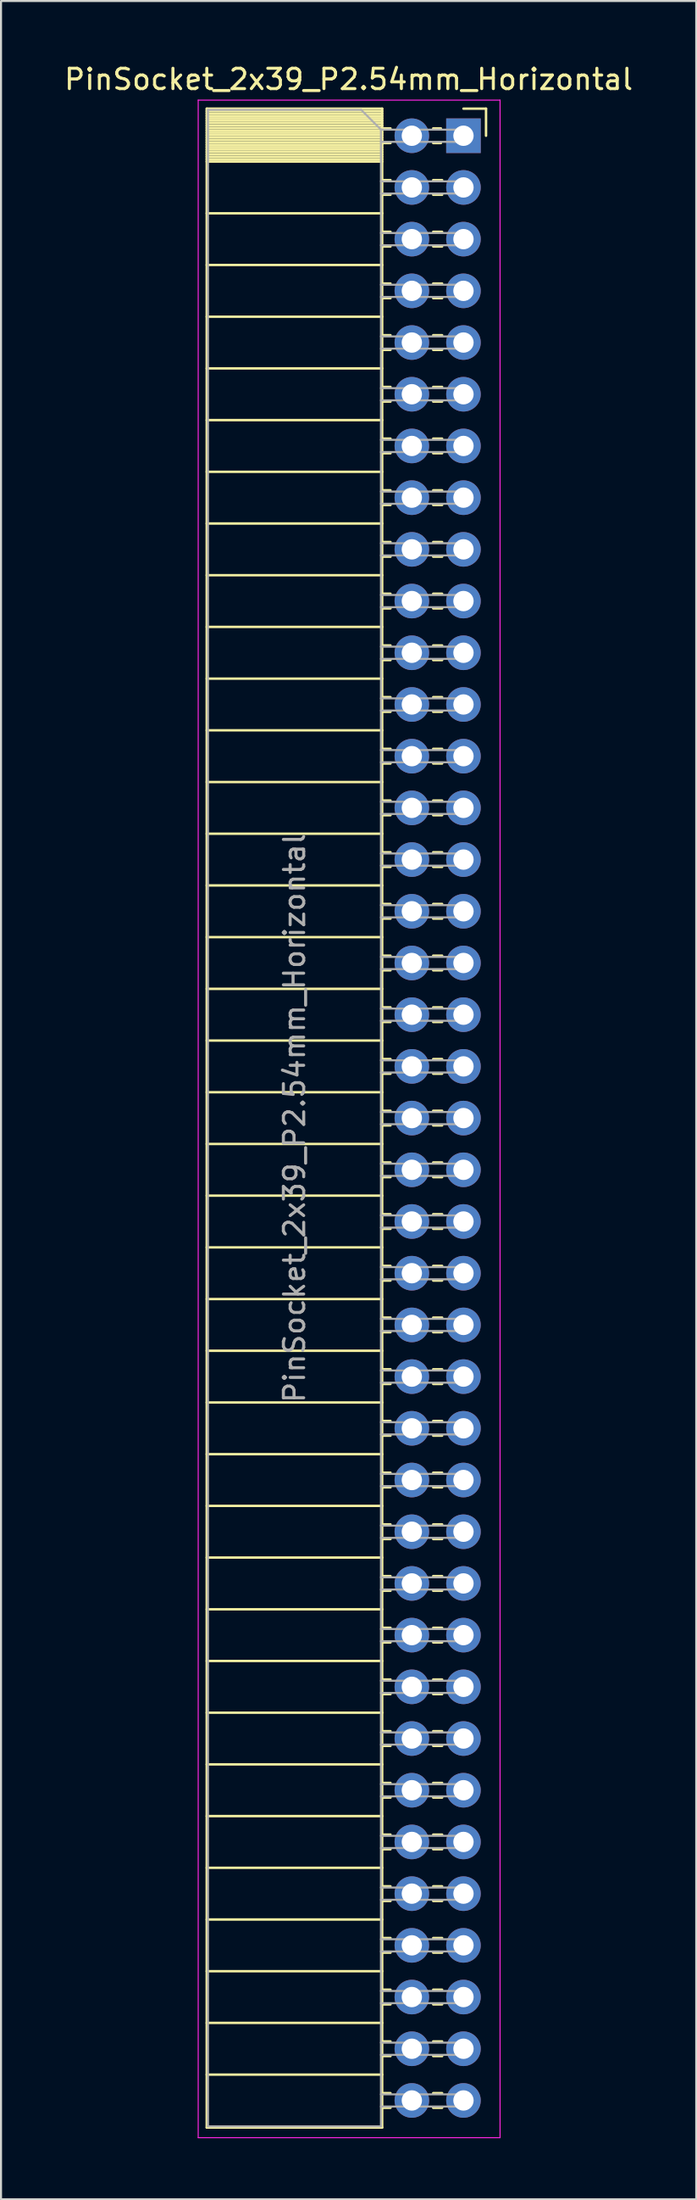
<source format=kicad_pcb>
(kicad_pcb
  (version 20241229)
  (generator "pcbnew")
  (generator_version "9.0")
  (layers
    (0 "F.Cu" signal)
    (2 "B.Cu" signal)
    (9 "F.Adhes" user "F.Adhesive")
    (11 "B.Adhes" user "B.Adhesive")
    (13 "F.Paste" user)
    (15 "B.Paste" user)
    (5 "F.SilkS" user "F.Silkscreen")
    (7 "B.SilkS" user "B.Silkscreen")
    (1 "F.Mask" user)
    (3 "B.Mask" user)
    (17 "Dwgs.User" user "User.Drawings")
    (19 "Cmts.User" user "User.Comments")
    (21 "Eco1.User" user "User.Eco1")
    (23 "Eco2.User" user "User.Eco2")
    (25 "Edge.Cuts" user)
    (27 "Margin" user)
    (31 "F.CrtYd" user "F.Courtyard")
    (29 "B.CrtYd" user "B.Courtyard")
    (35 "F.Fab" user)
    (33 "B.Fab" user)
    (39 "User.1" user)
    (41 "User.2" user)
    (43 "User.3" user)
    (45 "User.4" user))
  (footprint "PinSocket_2x39_P2.54mm_Horizontal"
    (layer "F.Cu")
    (at 19.751 3.618)
    (property "Reference" "PinSocket_2x39_P2.54mm_Horizontal" (at -5.65 -2.77 0) (layer "F.SilkS") (effects (font (size 1 1) (thickness 0.15))))
    (attr through_hole)
    (fp_line (start -12.63 -1.33) (end -12.63 97.85) (stroke (width 0.12) (type solid)) (layer "F.SilkS"))
    (fp_line (start -12.63 -1.33) (end -4 -1.33) (stroke (width 0.12) (type solid)) (layer "F.SilkS"))
    (fp_line (start -12.63 -1.21) (end -4 -1.21) (stroke (width 0.12) (type solid)) (layer "F.SilkS"))
    (fp_line (start -12.63 -1.092) (end -4 -1.092) (stroke (width 0.12) (type solid)) (layer "F.SilkS"))
    (fp_line (start -12.63 -0.974) (end -4 -0.974) (stroke (width 0.12) (type solid)) (layer "F.SilkS"))
    (fp_line (start -12.63 -0.856) (end -4 -0.856) (stroke (width 0.12) (type solid)) (layer "F.SilkS"))
    (fp_line (start -12.63 -0.738) (end -4 -0.738) (stroke (width 0.12) (type solid)) (layer "F.SilkS"))
    (fp_line (start -12.63 -0.62) (end -4 -0.62) (stroke (width 0.12) (type solid)) (layer "F.SilkS"))
    (fp_line (start -12.63 -0.501) (end -4 -0.501) (stroke (width 0.12) (type solid)) (layer "F.SilkS"))
    (fp_line (start -12.63 -0.383) (end -4 -0.383) (stroke (width 0.12) (type solid)) (layer "F.SilkS"))
    (fp_line (start -12.63 -0.265) (end -4 -0.265) (stroke (width 0.12) (type solid)) (layer "F.SilkS"))
    (fp_line (start -12.63 -0.147) (end -4 -0.147) (stroke (width 0.12) (type solid)) (layer "F.SilkS"))
    (fp_line (start -12.63 -0.029) (end -4 -0.029) (stroke (width 0.12) (type solid)) (layer "F.SilkS"))
    (fp_line (start -12.63 0.089) (end -4 0.089) (stroke (width 0.12) (type solid)) (layer "F.SilkS"))
    (fp_line (start -12.63 0.207) (end -4 0.207) (stroke (width 0.12) (type solid)) (layer "F.SilkS"))
    (fp_line (start -12.63 0.325) (end -4 0.325) (stroke (width 0.12) (type solid)) (layer "F.SilkS"))
    (fp_line (start -12.63 0.443) (end -4 0.443) (stroke (width 0.12) (type solid)) (layer "F.SilkS"))
    (fp_line (start -12.63 0.561) (end -4 0.561) (stroke (width 0.12) (type solid)) (layer "F.SilkS"))
    (fp_line (start -12.63 0.68) (end -4 0.68) (stroke (width 0.12) (type solid)) (layer "F.SilkS"))
    (fp_line (start -12.63 0.798) (end -4 0.798) (stroke (width 0.12) (type solid)) (layer "F.SilkS"))
    (fp_line (start -12.63 0.916) (end -4 0.916) (stroke (width 0.12) (type solid)) (layer "F.SilkS"))
    (fp_line (start -12.63 1.034) (end -4 1.034) (stroke (width 0.12) (type solid)) (layer "F.SilkS"))
    (fp_line (start -12.63 1.152) (end -4 1.152) (stroke (width 0.12) (type solid)) (layer "F.SilkS"))
    (fp_line (start -12.63 1.27) (end -4 1.27) (stroke (width 0.12) (type solid)) (layer "F.SilkS"))
    (fp_line (start -12.63 3.81) (end -4 3.81) (stroke (width 0.12) (type solid)) (layer "F.SilkS"))
    (fp_line (start -12.63 6.35) (end -4 6.35) (stroke (width 0.12) (type solid)) (layer "F.SilkS"))
    (fp_line (start -12.63 8.89) (end -4 8.89) (stroke (width 0.12) (type solid)) (layer "F.SilkS"))
    (fp_line (start -12.63 11.43) (end -4 11.43) (stroke (width 0.12) (type solid)) (layer "F.SilkS"))
    (fp_line (start -12.63 13.97) (end -4 13.97) (stroke (width 0.12) (type solid)) (layer "F.SilkS"))
    (fp_line (start -12.63 16.51) (end -4 16.51) (stroke (width 0.12) (type solid)) (layer "F.SilkS"))
    (fp_line (start -12.63 19.05) (end -4 19.05) (stroke (width 0.12) (type solid)) (layer "F.SilkS"))
    (fp_line (start -12.63 21.59) (end -4 21.59) (stroke (width 0.12) (type solid)) (layer "F.SilkS"))
    (fp_line (start -12.63 24.13) (end -4 24.13) (stroke (width 0.12) (type solid)) (layer "F.SilkS"))
    (fp_line (start -12.63 26.67) (end -4 26.67) (stroke (width 0.12) (type solid)) (layer "F.SilkS"))
    (fp_line (start -12.63 29.21) (end -4 29.21) (stroke (width 0.12) (type solid)) (layer "F.SilkS"))
    (fp_line (start -12.63 31.75) (end -4 31.75) (stroke (width 0.12) (type solid)) (layer "F.SilkS"))
    (fp_line (start -12.63 34.29) (end -4 34.29) (stroke (width 0.12) (type solid)) (layer "F.SilkS"))
    (fp_line (start -12.63 36.83) (end -4 36.83) (stroke (width 0.12) (type solid)) (layer "F.SilkS"))
    (fp_line (start -12.63 39.37) (end -4 39.37) (stroke (width 0.12) (type solid)) (layer "F.SilkS"))
    (fp_line (start -12.63 41.91) (end -4 41.91) (stroke (width 0.12) (type solid)) (layer "F.SilkS"))
    (fp_line (start -12.63 44.45) (end -4 44.45) (stroke (width 0.12) (type solid)) (layer "F.SilkS"))
    (fp_line (start -12.63 46.99) (end -4 46.99) (stroke (width 0.12) (type solid)) (layer "F.SilkS"))
    (fp_line (start -12.63 49.53) (end -4 49.53) (stroke (width 0.12) (type solid)) (layer "F.SilkS"))
    (fp_line (start -12.63 52.07) (end -4 52.07) (stroke (width 0.12) (type solid)) (layer "F.SilkS"))
    (fp_line (start -12.63 54.61) (end -4 54.61) (stroke (width 0.12) (type solid)) (layer "F.SilkS"))
    (fp_line (start -12.63 57.15) (end -4 57.15) (stroke (width 0.12) (type solid)) (layer "F.SilkS"))
    (fp_line (start -12.63 59.69) (end -4 59.69) (stroke (width 0.12) (type solid)) (layer "F.SilkS"))
    (fp_line (start -12.63 62.23) (end -4 62.23) (stroke (width 0.12) (type solid)) (layer "F.SilkS"))
    (fp_line (start -12.63 64.77) (end -4 64.77) (stroke (width 0.12) (type solid)) (layer "F.SilkS"))
    (fp_line (start -12.63 67.31) (end -4 67.31) (stroke (width 0.12) (type solid)) (layer "F.SilkS"))
    (fp_line (start -12.63 69.85) (end -4 69.85) (stroke (width 0.12) (type solid)) (layer "F.SilkS"))
    (fp_line (start -12.63 72.39) (end -4 72.39) (stroke (width 0.12) (type solid)) (layer "F.SilkS"))
    (fp_line (start -12.63 74.93) (end -4 74.93) (stroke (width 0.12) (type solid)) (layer "F.SilkS"))
    (fp_line (start -12.63 77.47) (end -4 77.47) (stroke (width 0.12) (type solid)) (layer "F.SilkS"))
    (fp_line (start -12.63 80.01) (end -4 80.01) (stroke (width 0.12) (type solid)) (layer "F.SilkS"))
    (fp_line (start -12.63 82.55) (end -4 82.55) (stroke (width 0.12) (type solid)) (layer "F.SilkS"))
    (fp_line (start -12.63 85.09) (end -4 85.09) (stroke (width 0.12) (type solid)) (layer "F.SilkS"))
    (fp_line (start -12.63 87.63) (end -4 87.63) (stroke (width 0.12) (type solid)) (layer "F.SilkS"))
    (fp_line (start -12.63 90.17) (end -4 90.17) (stroke (width 0.12) (type solid)) (layer "F.SilkS"))
    (fp_line (start -12.63 92.71) (end -4 92.71) (stroke (width 0.12) (type solid)) (layer "F.SilkS"))
    (fp_line (start -12.63 95.25) (end -4 95.25) (stroke (width 0.12) (type solid)) (layer "F.SilkS"))
    (fp_line (start -12.63 97.85) (end -4 97.85) (stroke (width 0.12) (type solid)) (layer "F.SilkS"))
    (fp_line (start -4 -1.33) (end -4 97.85) (stroke (width 0.12) (type solid)) (layer "F.SilkS"))
    (fp_line (start -4 -0.36) (end -3.59 -0.36) (stroke (width 0.12) (type solid)) (layer "F.SilkS"))
    (fp_line (start -4 0.36) (end -3.59 0.36) (stroke (width 0.12) (type solid)) (layer "F.SilkS"))
    (fp_line (start -4 2.18) (end -3.59 2.18) (stroke (width 0.12) (type solid)) (layer "F.SilkS"))
    (fp_line (start -4 2.9) (end -3.59 2.9) (stroke (width 0.12) (type solid)) (layer "F.SilkS"))
    (fp_line (start -4 4.72) (end -3.59 4.72) (stroke (width 0.12) (type solid)) (layer "F.SilkS"))
    (fp_line (start -4 5.44) (end -3.59 5.44) (stroke (width 0.12) (type solid)) (layer "F.SilkS"))
    (fp_line (start -4 7.26) (end -3.59 7.26) (stroke (width 0.12) (type solid)) (layer "F.SilkS"))
    (fp_line (start -4 7.98) (end -3.59 7.98) (stroke (width 0.12) (type solid)) (layer "F.SilkS"))
    (fp_line (start -4 9.8) (end -3.59 9.8) (stroke (width 0.12) (type solid)) (layer "F.SilkS"))
    (fp_line (start -4 10.52) (end -3.59 10.52) (stroke (width 0.12) (type solid)) (layer "F.SilkS"))
    (fp_line (start -4 12.34) (end -3.59 12.34) (stroke (width 0.12) (type solid)) (layer "F.SilkS"))
    (fp_line (start -4 13.06) (end -3.59 13.06) (stroke (width 0.12) (type solid)) (layer "F.SilkS"))
    (fp_line (start -4 14.88) (end -3.59 14.88) (stroke (width 0.12) (type solid)) (layer "F.SilkS"))
    (fp_line (start -4 15.6) (end -3.59 15.6) (stroke (width 0.12) (type solid)) (layer "F.SilkS"))
    (fp_line (start -4 17.42) (end -3.59 17.42) (stroke (width 0.12) (type solid)) (layer "F.SilkS"))
    (fp_line (start -4 18.14) (end -3.59 18.14) (stroke (width 0.12) (type solid)) (layer "F.SilkS"))
    (fp_line (start -4 19.96) (end -3.59 19.96) (stroke (width 0.12) (type solid)) (layer "F.SilkS"))
    (fp_line (start -4 20.68) (end -3.59 20.68) (stroke (width 0.12) (type solid)) (layer "F.SilkS"))
    (fp_line (start -4 22.5) (end -3.59 22.5) (stroke (width 0.12) (type solid)) (layer "F.SilkS"))
    (fp_line (start -4 23.22) (end -3.59 23.22) (stroke (width 0.12) (type solid)) (layer "F.SilkS"))
    (fp_line (start -4 25.04) (end -3.59 25.04) (stroke (width 0.12) (type solid)) (layer "F.SilkS"))
    (fp_line (start -4 25.76) (end -3.59 25.76) (stroke (width 0.12) (type solid)) (layer "F.SilkS"))
    (fp_line (start -4 27.58) (end -3.59 27.58) (stroke (width 0.12) (type solid)) (layer "F.SilkS"))
    (fp_line (start -4 28.3) (end -3.59 28.3) (stroke (width 0.12) (type solid)) (layer "F.SilkS"))
    (fp_line (start -4 30.12) (end -3.59 30.12) (stroke (width 0.12) (type solid)) (layer "F.SilkS"))
    (fp_line (start -4 30.84) (end -3.59 30.84) (stroke (width 0.12) (type solid)) (layer "F.SilkS"))
    (fp_line (start -4 32.66) (end -3.59 32.66) (stroke (width 0.12) (type solid)) (layer "F.SilkS"))
    (fp_line (start -4 33.38) (end -3.59 33.38) (stroke (width 0.12) (type solid)) (layer "F.SilkS"))
    (fp_line (start -4 35.2) (end -3.59 35.2) (stroke (width 0.12) (type solid)) (layer "F.SilkS"))
    (fp_line (start -4 35.92) (end -3.59 35.92) (stroke (width 0.12) (type solid)) (layer "F.SilkS"))
    (fp_line (start -4 37.74) (end -3.59 37.74) (stroke (width 0.12) (type solid)) (layer "F.SilkS"))
    (fp_line (start -4 38.46) (end -3.59 38.46) (stroke (width 0.12) (type solid)) (layer "F.SilkS"))
    (fp_line (start -4 40.28) (end -3.59 40.28) (stroke (width 0.12) (type solid)) (layer "F.SilkS"))
    (fp_line (start -4 41) (end -3.59 41) (stroke (width 0.12) (type solid)) (layer "F.SilkS"))
    (fp_line (start -4 42.82) (end -3.59 42.82) (stroke (width 0.12) (type solid)) (layer "F.SilkS"))
    (fp_line (start -4 43.54) (end -3.59 43.54) (stroke (width 0.12) (type solid)) (layer "F.SilkS"))
    (fp_line (start -4 45.36) (end -3.59 45.36) (stroke (width 0.12) (type solid)) (layer "F.SilkS"))
    (fp_line (start -4 46.08) (end -3.59 46.08) (stroke (width 0.12) (type solid)) (layer "F.SilkS"))
    (fp_line (start -4 47.9) (end -3.59 47.9) (stroke (width 0.12) (type solid)) (layer "F.SilkS"))
    (fp_line (start -4 48.62) (end -3.59 48.62) (stroke (width 0.12) (type solid)) (layer "F.SilkS"))
    (fp_line (start -4 50.44) (end -3.59 50.44) (stroke (width 0.12) (type solid)) (layer "F.SilkS"))
    (fp_line (start -4 51.16) (end -3.59 51.16) (stroke (width 0.12) (type solid)) (layer "F.SilkS"))
    (fp_line (start -4 52.98) (end -3.59 52.98) (stroke (width 0.12) (type solid)) (layer "F.SilkS"))
    (fp_line (start -4 53.7) (end -3.59 53.7) (stroke (width 0.12) (type solid)) (layer "F.SilkS"))
    (fp_line (start -4 55.52) (end -3.59 55.52) (stroke (width 0.12) (type solid)) (layer "F.SilkS"))
    (fp_line (start -4 56.24) (end -3.59 56.24) (stroke (width 0.12) (type solid)) (layer "F.SilkS"))
    (fp_line (start -4 58.06) (end -3.59 58.06) (stroke (width 0.12) (type solid)) (layer "F.SilkS"))
    (fp_line (start -4 58.78) (end -3.59 58.78) (stroke (width 0.12) (type solid)) (layer "F.SilkS"))
    (fp_line (start -4 60.6) (end -3.59 60.6) (stroke (width 0.12) (type solid)) (layer "F.SilkS"))
    (fp_line (start -4 61.32) (end -3.59 61.32) (stroke (width 0.12) (type solid)) (layer "F.SilkS"))
    (fp_line (start -4 63.14) (end -3.59 63.14) (stroke (width 0.12) (type solid)) (layer "F.SilkS"))
    (fp_line (start -4 63.86) (end -3.59 63.86) (stroke (width 0.12) (type solid)) (layer "F.SilkS"))
    (fp_line (start -4 65.68) (end -3.59 65.68) (stroke (width 0.12) (type solid)) (layer "F.SilkS"))
    (fp_line (start -4 66.4) (end -3.59 66.4) (stroke (width 0.12) (type solid)) (layer "F.SilkS"))
    (fp_line (start -4 68.22) (end -3.59 68.22) (stroke (width 0.12) (type solid)) (layer "F.SilkS"))
    (fp_line (start -4 68.94) (end -3.59 68.94) (stroke (width 0.12) (type solid)) (layer "F.SilkS"))
    (fp_line (start -4 70.76) (end -3.59 70.76) (stroke (width 0.12) (type solid)) (layer "F.SilkS"))
    (fp_line (start -4 71.48) (end -3.59 71.48) (stroke (width 0.12) (type solid)) (layer "F.SilkS"))
    (fp_line (start -4 73.3) (end -3.59 73.3) (stroke (width 0.12) (type solid)) (layer "F.SilkS"))
    (fp_line (start -4 74.02) (end -3.59 74.02) (stroke (width 0.12) (type solid)) (layer "F.SilkS"))
    (fp_line (start -4 75.84) (end -3.59 75.84) (stroke (width 0.12) (type solid)) (layer "F.SilkS"))
    (fp_line (start -4 76.56) (end -3.59 76.56) (stroke (width 0.12) (type solid)) (layer "F.SilkS"))
    (fp_line (start -4 78.38) (end -3.59 78.38) (stroke (width 0.12) (type solid)) (layer "F.SilkS"))
    (fp_line (start -4 79.1) (end -3.59 79.1) (stroke (width 0.12) (type solid)) (layer "F.SilkS"))
    (fp_line (start -4 80.92) (end -3.59 80.92) (stroke (width 0.12) (type solid)) (layer "F.SilkS"))
    (fp_line (start -4 81.64) (end -3.59 81.64) (stroke (width 0.12) (type solid)) (layer "F.SilkS"))
    (fp_line (start -4 83.46) (end -3.59 83.46) (stroke (width 0.12) (type solid)) (layer "F.SilkS"))
    (fp_line (start -4 84.18) (end -3.59 84.18) (stroke (width 0.12) (type solid)) (layer "F.SilkS"))
    (fp_line (start -4 86) (end -3.59 86) (stroke (width 0.12) (type solid)) (layer "F.SilkS"))
    (fp_line (start -4 86.72) (end -3.59 86.72) (stroke (width 0.12) (type solid)) (layer "F.SilkS"))
    (fp_line (start -4 88.54) (end -3.59 88.54) (stroke (width 0.12) (type solid)) (layer "F.SilkS"))
    (fp_line (start -4 89.26) (end -3.59 89.26) (stroke (width 0.12) (type solid)) (layer "F.SilkS"))
    (fp_line (start -4 91.08) (end -3.59 91.08) (stroke (width 0.12) (type solid)) (layer "F.SilkS"))
    (fp_line (start -4 91.8) (end -3.59 91.8) (stroke (width 0.12) (type solid)) (layer "F.SilkS"))
    (fp_line (start -4 93.62) (end -3.59 93.62) (stroke (width 0.12) (type solid)) (layer "F.SilkS"))
    (fp_line (start -4 94.34) (end -3.59 94.34) (stroke (width 0.12) (type solid)) (layer "F.SilkS"))
    (fp_line (start -4 96.16) (end -3.59 96.16) (stroke (width 0.12) (type solid)) (layer "F.SilkS"))
    (fp_line (start -4 96.88) (end -3.59 96.88) (stroke (width 0.12) (type solid)) (layer "F.SilkS"))
    (fp_line (start -1.49 -0.36) (end -1.11 -0.36) (stroke (width 0.12) (type solid)) (layer "F.SilkS"))
    (fp_line (start -1.49 0.36) (end -1.11 0.36) (stroke (width 0.12) (type solid)) (layer "F.SilkS"))
    (fp_line (start -1.49 2.18) (end -1.05 2.18) (stroke (width 0.12) (type solid)) (layer "F.SilkS"))
    (fp_line (start -1.49 2.9) (end -1.05 2.9) (stroke (width 0.12) (type solid)) (layer "F.SilkS"))
    (fp_line (start -1.49 4.72) (end -1.05 4.72) (stroke (width 0.12) (type solid)) (layer "F.SilkS"))
    (fp_line (start -1.49 5.44) (end -1.05 5.44) (stroke (width 0.12) (type solid)) (layer "F.SilkS"))
    (fp_line (start -1.49 7.26) (end -1.05 7.26) (stroke (width 0.12) (type solid)) (layer "F.SilkS"))
    (fp_line (start -1.49 7.98) (end -1.05 7.98) (stroke (width 0.12) (type solid)) (layer "F.SilkS"))
    (fp_line (start -1.49 9.8) (end -1.05 9.8) (stroke (width 0.12) (type solid)) (layer "F.SilkS"))
    (fp_line (start -1.49 10.52) (end -1.05 10.52) (stroke (width 0.12) (type solid)) (layer "F.SilkS"))
    (fp_line (start -1.49 12.34) (end -1.05 12.34) (stroke (width 0.12) (type solid)) (layer "F.SilkS"))
    (fp_line (start -1.49 13.06) (end -1.05 13.06) (stroke (width 0.12) (type solid)) (layer "F.SilkS"))
    (fp_line (start -1.49 14.88) (end -1.05 14.88) (stroke (width 0.12) (type solid)) (layer "F.SilkS"))
    (fp_line (start -1.49 15.6) (end -1.05 15.6) (stroke (width 0.12) (type solid)) (layer "F.SilkS"))
    (fp_line (start -1.49 17.42) (end -1.05 17.42) (stroke (width 0.12) (type solid)) (layer "F.SilkS"))
    (fp_line (start -1.49 18.14) (end -1.05 18.14) (stroke (width 0.12) (type solid)) (layer "F.SilkS"))
    (fp_line (start -1.49 19.96) (end -1.05 19.96) (stroke (width 0.12) (type solid)) (layer "F.SilkS"))
    (fp_line (start -1.49 20.68) (end -1.05 20.68) (stroke (width 0.12) (type solid)) (layer "F.SilkS"))
    (fp_line (start -1.49 22.5) (end -1.05 22.5) (stroke (width 0.12) (type solid)) (layer "F.SilkS"))
    (fp_line (start -1.49 23.22) (end -1.05 23.22) (stroke (width 0.12) (type solid)) (layer "F.SilkS"))
    (fp_line (start -1.49 25.04) (end -1.05 25.04) (stroke (width 0.12) (type solid)) (layer "F.SilkS"))
    (fp_line (start -1.49 25.76) (end -1.05 25.76) (stroke (width 0.12) (type solid)) (layer "F.SilkS"))
    (fp_line (start -1.49 27.58) (end -1.05 27.58) (stroke (width 0.12) (type solid)) (layer "F.SilkS"))
    (fp_line (start -1.49 28.3) (end -1.05 28.3) (stroke (width 0.12) (type solid)) (layer "F.SilkS"))
    (fp_line (start -1.49 30.12) (end -1.05 30.12) (stroke (width 0.12) (type solid)) (layer "F.SilkS"))
    (fp_line (start -1.49 30.84) (end -1.05 30.84) (stroke (width 0.12) (type solid)) (layer "F.SilkS"))
    (fp_line (start -1.49 32.66) (end -1.05 32.66) (stroke (width 0.12) (type solid)) (layer "F.SilkS"))
    (fp_line (start -1.49 33.38) (end -1.05 33.38) (stroke (width 0.12) (type solid)) (layer "F.SilkS"))
    (fp_line (start -1.49 35.2) (end -1.05 35.2) (stroke (width 0.12) (type solid)) (layer "F.SilkS"))
    (fp_line (start -1.49 35.92) (end -1.05 35.92) (stroke (width 0.12) (type solid)) (layer "F.SilkS"))
    (fp_line (start -1.49 37.74) (end -1.05 37.74) (stroke (width 0.12) (type solid)) (layer "F.SilkS"))
    (fp_line (start -1.49 38.46) (end -1.05 38.46) (stroke (width 0.12) (type solid)) (layer "F.SilkS"))
    (fp_line (start -1.49 40.28) (end -1.05 40.28) (stroke (width 0.12) (type solid)) (layer "F.SilkS"))
    (fp_line (start -1.49 41) (end -1.05 41) (stroke (width 0.12) (type solid)) (layer "F.SilkS"))
    (fp_line (start -1.49 42.82) (end -1.05 42.82) (stroke (width 0.12) (type solid)) (layer "F.SilkS"))
    (fp_line (start -1.49 43.54) (end -1.05 43.54) (stroke (width 0.12) (type solid)) (layer "F.SilkS"))
    (fp_line (start -1.49 45.36) (end -1.05 45.36) (stroke (width 0.12) (type solid)) (layer "F.SilkS"))
    (fp_line (start -1.49 46.08) (end -1.05 46.08) (stroke (width 0.12) (type solid)) (layer "F.SilkS"))
    (fp_line (start -1.49 47.9) (end -1.05 47.9) (stroke (width 0.12) (type solid)) (layer "F.SilkS"))
    (fp_line (start -1.49 48.62) (end -1.05 48.62) (stroke (width 0.12) (type solid)) (layer "F.SilkS"))
    (fp_line (start -1.49 50.44) (end -1.05 50.44) (stroke (width 0.12) (type solid)) (layer "F.SilkS"))
    (fp_line (start -1.49 51.16) (end -1.05 51.16) (stroke (width 0.12) (type solid)) (layer "F.SilkS"))
    (fp_line (start -1.49 52.98) (end -1.05 52.98) (stroke (width 0.12) (type solid)) (layer "F.SilkS"))
    (fp_line (start -1.49 53.7) (end -1.05 53.7) (stroke (width 0.12) (type solid)) (layer "F.SilkS"))
    (fp_line (start -1.49 55.52) (end -1.05 55.52) (stroke (width 0.12) (type solid)) (layer "F.SilkS"))
    (fp_line (start -1.49 56.24) (end -1.05 56.24) (stroke (width 0.12) (type solid)) (layer "F.SilkS"))
    (fp_line (start -1.49 58.06) (end -1.05 58.06) (stroke (width 0.12) (type solid)) (layer "F.SilkS"))
    (fp_line (start -1.49 58.78) (end -1.05 58.78) (stroke (width 0.12) (type solid)) (layer "F.SilkS"))
    (fp_line (start -1.49 60.6) (end -1.05 60.6) (stroke (width 0.12) (type solid)) (layer "F.SilkS"))
    (fp_line (start -1.49 61.32) (end -1.05 61.32) (stroke (width 0.12) (type solid)) (layer "F.SilkS"))
    (fp_line (start -1.49 63.14) (end -1.05 63.14) (stroke (width 0.12) (type solid)) (layer "F.SilkS"))
    (fp_line (start -1.49 63.86) (end -1.05 63.86) (stroke (width 0.12) (type solid)) (layer "F.SilkS"))
    (fp_line (start -1.49 65.68) (end -1.05 65.68) (stroke (width 0.12) (type solid)) (layer "F.SilkS"))
    (fp_line (start -1.49 66.4) (end -1.05 66.4) (stroke (width 0.12) (type solid)) (layer "F.SilkS"))
    (fp_line (start -1.49 68.22) (end -1.05 68.22) (stroke (width 0.12) (type solid)) (layer "F.SilkS"))
    (fp_line (start -1.49 68.94) (end -1.05 68.94) (stroke (width 0.12) (type solid)) (layer "F.SilkS"))
    (fp_line (start -1.49 70.76) (end -1.05 70.76) (stroke (width 0.12) (type solid)) (layer "F.SilkS"))
    (fp_line (start -1.49 71.48) (end -1.05 71.48) (stroke (width 0.12) (type solid)) (layer "F.SilkS"))
    (fp_line (start -1.49 73.3) (end -1.05 73.3) (stroke (width 0.12) (type solid)) (layer "F.SilkS"))
    (fp_line (start -1.49 74.02) (end -1.05 74.02) (stroke (width 0.12) (type solid)) (layer "F.SilkS"))
    (fp_line (start -1.49 75.84) (end -1.05 75.84) (stroke (width 0.12) (type solid)) (layer "F.SilkS"))
    (fp_line (start -1.49 76.56) (end -1.05 76.56) (stroke (width 0.12) (type solid)) (layer "F.SilkS"))
    (fp_line (start -1.49 78.38) (end -1.05 78.38) (stroke (width 0.12) (type solid)) (layer "F.SilkS"))
    (fp_line (start -1.49 79.1) (end -1.05 79.1) (stroke (width 0.12) (type solid)) (layer "F.SilkS"))
    (fp_line (start -1.49 80.92) (end -1.05 80.92) (stroke (width 0.12) (type solid)) (layer "F.SilkS"))
    (fp_line (start -1.49 81.64) (end -1.05 81.64) (stroke (width 0.12) (type solid)) (layer "F.SilkS"))
    (fp_line (start -1.49 83.46) (end -1.05 83.46) (stroke (width 0.12) (type solid)) (layer "F.SilkS"))
    (fp_line (start -1.49 84.18) (end -1.05 84.18) (stroke (width 0.12) (type solid)) (layer "F.SilkS"))
    (fp_line (start -1.49 86) (end -1.05 86) (stroke (width 0.12) (type solid)) (layer "F.SilkS"))
    (fp_line (start -1.49 86.72) (end -1.05 86.72) (stroke (width 0.12) (type solid)) (layer "F.SilkS"))
    (fp_line (start -1.49 88.54) (end -1.05 88.54) (stroke (width 0.12) (type solid)) (layer "F.SilkS"))
    (fp_line (start -1.49 89.26) (end -1.05 89.26) (stroke (width 0.12) (type solid)) (layer "F.SilkS"))
    (fp_line (start -1.49 91.08) (end -1.05 91.08) (stroke (width 0.12) (type solid)) (layer "F.SilkS"))
    (fp_line (start -1.49 91.8) (end -1.05 91.8) (stroke (width 0.12) (type solid)) (layer "F.SilkS"))
    (fp_line (start -1.49 93.62) (end -1.05 93.62) (stroke (width 0.12) (type solid)) (layer "F.SilkS"))
    (fp_line (start -1.49 94.34) (end -1.05 94.34) (stroke (width 0.12) (type solid)) (layer "F.SilkS"))
    (fp_line (start -1.49 96.16) (end -1.05 96.16) (stroke (width 0.12) (type solid)) (layer "F.SilkS"))
    (fp_line (start -1.49 96.88) (end -1.05 96.88) (stroke (width 0.12) (type solid)) (layer "F.SilkS"))
    (fp_line (start 0 -1.33) (end 1.11 -1.33) (stroke (width 0.12) (type solid)) (layer "F.SilkS"))
    (fp_line (start 1.11 -1.33) (end 1.11 0) (stroke (width 0.12) (type solid)) (layer "F.SilkS"))
    (fp_line (start -13.05 -1.75) (end -13.05 98.35) (stroke (width 0.05) (type solid)) (layer "F.CrtYd"))
    (fp_line (start -13.05 98.35) (end 1.8 98.35) (stroke (width 0.05) (type solid)) (layer "F.CrtYd"))
    (fp_line (start 1.8 -1.75) (end -13.05 -1.75) (stroke (width 0.05) (type solid)) (layer "F.CrtYd"))
    (fp_line (start 1.8 98.35) (end 1.8 -1.75) (stroke (width 0.05) (type solid)) (layer "F.CrtYd"))
    (fp_line (start -12.57 -1.27) (end -5.03 -1.27) (stroke (width 0.1) (type solid)) (layer "F.Fab"))
    (fp_line (start -12.57 97.79) (end -12.57 -1.27) (stroke (width 0.1) (type solid)) (layer "F.Fab"))
    (fp_line (start -5.03 -1.27) (end -4.06 -0.3) (stroke (width 0.1) (type solid)) (layer "F.Fab"))
    (fp_line (start -4.06 -0.3) (end -4.06 97.79) (stroke (width 0.1) (type solid)) (layer "F.Fab"))
    (fp_line (start -4.06 0.3) (end 0 0.3) (stroke (width 0.1) (type solid)) (layer "F.Fab"))
    (fp_line (start -4.06 2.84) (end 0 2.84) (stroke (width 0.1) (type solid)) (layer "F.Fab"))
    (fp_line (start -4.06 5.38) (end 0 5.38) (stroke (width 0.1) (type solid)) (layer "F.Fab"))
    (fp_line (start -4.06 7.92) (end 0 7.92) (stroke (width 0.1) (type solid)) (layer "F.Fab"))
    (fp_line (start -4.06 10.46) (end 0 10.46) (stroke (width 0.1) (type solid)) (layer "F.Fab"))
    (fp_line (start -4.06 13) (end 0 13) (stroke (width 0.1) (type solid)) (layer "F.Fab"))
    (fp_line (start -4.06 15.54) (end 0 15.54) (stroke (width 0.1) (type solid)) (layer "F.Fab"))
    (fp_line (start -4.06 18.08) (end 0 18.08) (stroke (width 0.1) (type solid)) (layer "F.Fab"))
    (fp_line (start -4.06 20.62) (end 0 20.62) (stroke (width 0.1) (type solid)) (layer "F.Fab"))
    (fp_line (start -4.06 23.16) (end 0 23.16) (stroke (width 0.1) (type solid)) (layer "F.Fab"))
    (fp_line (start -4.06 25.7) (end 0 25.7) (stroke (width 0.1) (type solid)) (layer "F.Fab"))
    (fp_line (start -4.06 28.24) (end 0 28.24) (stroke (width 0.1) (type solid)) (layer "F.Fab"))
    (fp_line (start -4.06 30.78) (end 0 30.78) (stroke (width 0.1) (type solid)) (layer "F.Fab"))
    (fp_line (start -4.06 33.32) (end 0 33.32) (stroke (width 0.1) (type solid)) (layer "F.Fab"))
    (fp_line (start -4.06 35.86) (end 0 35.86) (stroke (width 0.1) (type solid)) (layer "F.Fab"))
    (fp_line (start -4.06 38.4) (end 0 38.4) (stroke (width 0.1) (type solid)) (layer "F.Fab"))
    (fp_line (start -4.06 40.94) (end 0 40.94) (stroke (width 0.1) (type solid)) (layer "F.Fab"))
    (fp_line (start -4.06 43.48) (end 0 43.48) (stroke (width 0.1) (type solid)) (layer "F.Fab"))
    (fp_line (start -4.06 46.02) (end 0 46.02) (stroke (width 0.1) (type solid)) (layer "F.Fab"))
    (fp_line (start -4.06 48.56) (end 0 48.56) (stroke (width 0.1) (type solid)) (layer "F.Fab"))
    (fp_line (start -4.06 51.1) (end 0 51.1) (stroke (width 0.1) (type solid)) (layer "F.Fab"))
    (fp_line (start -4.06 53.64) (end 0 53.64) (stroke (width 0.1) (type solid)) (layer "F.Fab"))
    (fp_line (start -4.06 56.18) (end 0 56.18) (stroke (width 0.1) (type solid)) (layer "F.Fab"))
    (fp_line (start -4.06 58.72) (end 0 58.72) (stroke (width 0.1) (type solid)) (layer "F.Fab"))
    (fp_line (start -4.06 61.26) (end 0 61.26) (stroke (width 0.1) (type solid)) (layer "F.Fab"))
    (fp_line (start -4.06 63.8) (end 0 63.8) (stroke (width 0.1) (type solid)) (layer "F.Fab"))
    (fp_line (start -4.06 66.34) (end 0 66.34) (stroke (width 0.1) (type solid)) (layer "F.Fab"))
    (fp_line (start -4.06 68.88) (end 0 68.88) (stroke (width 0.1) (type solid)) (layer "F.Fab"))
    (fp_line (start -4.06 71.42) (end 0 71.42) (stroke (width 0.1) (type solid)) (layer "F.Fab"))
    (fp_line (start -4.06 73.96) (end 0 73.96) (stroke (width 0.1) (type solid)) (layer "F.Fab"))
    (fp_line (start -4.06 76.5) (end 0 76.5) (stroke (width 0.1) (type solid)) (layer "F.Fab"))
    (fp_line (start -4.06 79.04) (end 0 79.04) (stroke (width 0.1) (type solid)) (layer "F.Fab"))
    (fp_line (start -4.06 81.58) (end 0 81.58) (stroke (width 0.1) (type solid)) (layer "F.Fab"))
    (fp_line (start -4.06 84.12) (end 0 84.12) (stroke (width 0.1) (type solid)) (layer "F.Fab"))
    (fp_line (start -4.06 86.66) (end 0 86.66) (stroke (width 0.1) (type solid)) (layer "F.Fab"))
    (fp_line (start -4.06 89.2) (end 0 89.2) (stroke (width 0.1) (type solid)) (layer "F.Fab"))
    (fp_line (start -4.06 91.74) (end 0 91.74) (stroke (width 0.1) (type solid)) (layer "F.Fab"))
    (fp_line (start -4.06 94.28) (end 0 94.28) (stroke (width 0.1) (type solid)) (layer "F.Fab"))
    (fp_line (start -4.06 96.82) (end 0 96.82) (stroke (width 0.1) (type solid)) (layer "F.Fab"))
    (fp_line (start -4.06 97.79) (end -12.57 97.79) (stroke (width 0.1) (type solid)) (layer "F.Fab"))
    (fp_line (start 0 -0.3) (end -4.06 -0.3) (stroke (width 0.1) (type solid)) (layer "F.Fab"))
    (fp_line (start 0 0.3) (end 0 -0.3) (stroke (width 0.1) (type solid)) (layer "F.Fab"))
    (fp_line (start 0 2.24) (end -4.06 2.24) (stroke (width 0.1) (type solid)) (layer "F.Fab"))
    (fp_line (start 0 2.84) (end 0 2.24) (stroke (width 0.1) (type solid)) (layer "F.Fab"))
    (fp_line (start 0 4.78) (end -4.06 4.78) (stroke (width 0.1) (type solid)) (layer "F.Fab"))
    (fp_line (start 0 5.38) (end 0 4.78) (stroke (width 0.1) (type solid)) (layer "F.Fab"))
    (fp_line (start 0 7.32) (end -4.06 7.32) (stroke (width 0.1) (type solid)) (layer "F.Fab"))
    (fp_line (start 0 7.92) (end 0 7.32) (stroke (width 0.1) (type solid)) (layer "F.Fab"))
    (fp_line (start 0 9.86) (end -4.06 9.86) (stroke (width 0.1) (type solid)) (layer "F.Fab"))
    (fp_line (start 0 10.46) (end 0 9.86) (stroke (width 0.1) (type solid)) (layer "F.Fab"))
    (fp_line (start 0 12.4) (end -4.06 12.4) (stroke (width 0.1) (type solid)) (layer "F.Fab"))
    (fp_line (start 0 13) (end 0 12.4) (stroke (width 0.1) (type solid)) (layer "F.Fab"))
    (fp_line (start 0 14.94) (end -4.06 14.94) (stroke (width 0.1) (type solid)) (layer "F.Fab"))
    (fp_line (start 0 15.54) (end 0 14.94) (stroke (width 0.1) (type solid)) (layer "F.Fab"))
    (fp_line (start 0 17.48) (end -4.06 17.48) (stroke (width 0.1) (type solid)) (layer "F.Fab"))
    (fp_line (start 0 18.08) (end 0 17.48) (stroke (width 0.1) (type solid)) (layer "F.Fab"))
    (fp_line (start 0 20.02) (end -4.06 20.02) (stroke (width 0.1) (type solid)) (layer "F.Fab"))
    (fp_line (start 0 20.62) (end 0 20.02) (stroke (width 0.1) (type solid)) (layer "F.Fab"))
    (fp_line (start 0 22.56) (end -4.06 22.56) (stroke (width 0.1) (type solid)) (layer "F.Fab"))
    (fp_line (start 0 23.16) (end 0 22.56) (stroke (width 0.1) (type solid)) (layer "F.Fab"))
    (fp_line (start 0 25.1) (end -4.06 25.1) (stroke (width 0.1) (type solid)) (layer "F.Fab"))
    (fp_line (start 0 25.7) (end 0 25.1) (stroke (width 0.1) (type solid)) (layer "F.Fab"))
    (fp_line (start 0 27.64) (end -4.06 27.64) (stroke (width 0.1) (type solid)) (layer "F.Fab"))
    (fp_line (start 0 28.24) (end 0 27.64) (stroke (width 0.1) (type solid)) (layer "F.Fab"))
    (fp_line (start 0 30.18) (end -4.06 30.18) (stroke (width 0.1) (type solid)) (layer "F.Fab"))
    (fp_line (start 0 30.78) (end 0 30.18) (stroke (width 0.1) (type solid)) (layer "F.Fab"))
    (fp_line (start 0 32.72) (end -4.06 32.72) (stroke (width 0.1) (type solid)) (layer "F.Fab"))
    (fp_line (start 0 33.32) (end 0 32.72) (stroke (width 0.1) (type solid)) (layer "F.Fab"))
    (fp_line (start 0 35.26) (end -4.06 35.26) (stroke (width 0.1) (type solid)) (layer "F.Fab"))
    (fp_line (start 0 35.86) (end 0 35.26) (stroke (width 0.1) (type solid)) (layer "F.Fab"))
    (fp_line (start 0 37.8) (end -4.06 37.8) (stroke (width 0.1) (type solid)) (layer "F.Fab"))
    (fp_line (start 0 38.4) (end 0 37.8) (stroke (width 0.1) (type solid)) (layer "F.Fab"))
    (fp_line (start 0 40.34) (end -4.06 40.34) (stroke (width 0.1) (type solid)) (layer "F.Fab"))
    (fp_line (start 0 40.94) (end 0 40.34) (stroke (width 0.1) (type solid)) (layer "F.Fab"))
    (fp_line (start 0 42.88) (end -4.06 42.88) (stroke (width 0.1) (type solid)) (layer "F.Fab"))
    (fp_line (start 0 43.48) (end 0 42.88) (stroke (width 0.1) (type solid)) (layer "F.Fab"))
    (fp_line (start 0 45.42) (end -4.06 45.42) (stroke (width 0.1) (type solid)) (layer "F.Fab"))
    (fp_line (start 0 46.02) (end 0 45.42) (stroke (width 0.1) (type solid)) (layer "F.Fab"))
    (fp_line (start 0 47.96) (end -4.06 47.96) (stroke (width 0.1) (type solid)) (layer "F.Fab"))
    (fp_line (start 0 48.56) (end 0 47.96) (stroke (width 0.1) (type solid)) (layer "F.Fab"))
    (fp_line (start 0 50.5) (end -4.06 50.5) (stroke (width 0.1) (type solid)) (layer "F.Fab"))
    (fp_line (start 0 51.1) (end 0 50.5) (stroke (width 0.1) (type solid)) (layer "F.Fab"))
    (fp_line (start 0 53.04) (end -4.06 53.04) (stroke (width 0.1) (type solid)) (layer "F.Fab"))
    (fp_line (start 0 53.64) (end 0 53.04) (stroke (width 0.1) (type solid)) (layer "F.Fab"))
    (fp_line (start 0 55.58) (end -4.06 55.58) (stroke (width 0.1) (type solid)) (layer "F.Fab"))
    (fp_line (start 0 56.18) (end 0 55.58) (stroke (width 0.1) (type solid)) (layer "F.Fab"))
    (fp_line (start 0 58.12) (end -4.06 58.12) (stroke (width 0.1) (type solid)) (layer "F.Fab"))
    (fp_line (start 0 58.72) (end 0 58.12) (stroke (width 0.1) (type solid)) (layer "F.Fab"))
    (fp_line (start 0 60.66) (end -4.06 60.66) (stroke (width 0.1) (type solid)) (layer "F.Fab"))
    (fp_line (start 0 61.26) (end 0 60.66) (stroke (width 0.1) (type solid)) (layer "F.Fab"))
    (fp_line (start 0 63.2) (end -4.06 63.2) (stroke (width 0.1) (type solid)) (layer "F.Fab"))
    (fp_line (start 0 63.8) (end 0 63.2) (stroke (width 0.1) (type solid)) (layer "F.Fab"))
    (fp_line (start 0 65.74) (end -4.06 65.74) (stroke (width 0.1) (type solid)) (layer "F.Fab"))
    (fp_line (start 0 66.34) (end 0 65.74) (stroke (width 0.1) (type solid)) (layer "F.Fab"))
    (fp_line (start 0 68.28) (end -4.06 68.28) (stroke (width 0.1) (type solid)) (layer "F.Fab"))
    (fp_line (start 0 68.88) (end 0 68.28) (stroke (width 0.1) (type solid)) (layer "F.Fab"))
    (fp_line (start 0 70.82) (end -4.06 70.82) (stroke (width 0.1) (type solid)) (layer "F.Fab"))
    (fp_line (start 0 71.42) (end 0 70.82) (stroke (width 0.1) (type solid)) (layer "F.Fab"))
    (fp_line (start 0 73.36) (end -4.06 73.36) (stroke (width 0.1) (type solid)) (layer "F.Fab"))
    (fp_line (start 0 73.96) (end 0 73.36) (stroke (width 0.1) (type solid)) (layer "F.Fab"))
    (fp_line (start 0 75.9) (end -4.06 75.9) (stroke (width 0.1) (type solid)) (layer "F.Fab"))
    (fp_line (start 0 76.5) (end 0 75.9) (stroke (width 0.1) (type solid)) (layer "F.Fab"))
    (fp_line (start 0 78.44) (end -4.06 78.44) (stroke (width 0.1) (type solid)) (layer "F.Fab"))
    (fp_line (start 0 79.04) (end 0 78.44) (stroke (width 0.1) (type solid)) (layer "F.Fab"))
    (fp_line (start 0 80.98) (end -4.06 80.98) (stroke (width 0.1) (type solid)) (layer "F.Fab"))
    (fp_line (start 0 81.58) (end 0 80.98) (stroke (width 0.1) (type solid)) (layer "F.Fab"))
    (fp_line (start 0 83.52) (end -4.06 83.52) (stroke (width 0.1) (type solid)) (layer "F.Fab"))
    (fp_line (start 0 84.12) (end 0 83.52) (stroke (width 0.1) (type solid)) (layer "F.Fab"))
    (fp_line (start 0 86.06) (end -4.06 86.06) (stroke (width 0.1) (type solid)) (layer "F.Fab"))
    (fp_line (start 0 86.66) (end 0 86.06) (stroke (width 0.1) (type solid)) (layer "F.Fab"))
    (fp_line (start 0 88.6) (end -4.06 88.6) (stroke (width 0.1) (type solid)) (layer "F.Fab"))
    (fp_line (start 0 89.2) (end 0 88.6) (stroke (width 0.1) (type solid)) (layer "F.Fab"))
    (fp_line (start 0 91.14) (end -4.06 91.14) (stroke (width 0.1) (type solid)) (layer "F.Fab"))
    (fp_line (start 0 91.74) (end 0 91.14) (stroke (width 0.1) (type solid)) (layer "F.Fab"))
    (fp_line (start 0 93.68) (end -4.06 93.68) (stroke (width 0.1) (type solid)) (layer "F.Fab"))
    (fp_line (start 0 94.28) (end 0 93.68) (stroke (width 0.1) (type solid)) (layer "F.Fab"))
    (fp_line (start 0 96.22) (end -4.06 96.22) (stroke (width 0.1) (type solid)) (layer "F.Fab"))
    (fp_line (start 0 96.82) (end 0 96.22) (stroke (width 0.1) (type solid)) (layer "F.Fab"))
    (fp_text user "${REFERENCE}" (at -8.315 48.26 90) (layer "F.Fab") (effects (font (size 1 1) (thickness 0.15))))
    (pad "1" thru_hole rect (at 0 0) (size 1.7 1.7) (drill 1) (layers "*.Cu" "*.Mask"))
    (pad "2" thru_hole circle (at -2.54 0) (size 1.7 1.7) (drill 1) (layers "*.Cu" "*.Mask"))
    (pad "3" thru_hole circle (at 0 2.54) (size 1.7 1.7) (drill 1) (layers "*.Cu" "*.Mask"))
    (pad "4" thru_hole circle (at -2.54 2.54) (size 1.7 1.7) (drill 1) (layers "*.Cu" "*.Mask"))
    (pad "5" thru_hole circle (at 0 5.08) (size 1.7 1.7) (drill 1) (layers "*.Cu" "*.Mask"))
    (pad "6" thru_hole circle (at -2.54 5.08) (size 1.7 1.7) (drill 1) (layers "*.Cu" "*.Mask"))
    (pad "7" thru_hole circle (at 0 7.62) (size 1.7 1.7) (drill 1) (layers "*.Cu" "*.Mask"))
    (pad "8" thru_hole circle (at -2.54 7.62) (size 1.7 1.7) (drill 1) (layers "*.Cu" "*.Mask"))
    (pad "9" thru_hole circle (at 0 10.16) (size 1.7 1.7) (drill 1) (layers "*.Cu" "*.Mask"))
    (pad "10" thru_hole circle (at -2.54 10.16) (size 1.7 1.7) (drill 1) (layers "*.Cu" "*.Mask"))
    (pad "11" thru_hole circle (at 0 12.7) (size 1.7 1.7) (drill 1) (layers "*.Cu" "*.Mask"))
    (pad "12" thru_hole circle (at -2.54 12.7) (size 1.7 1.7) (drill 1) (layers "*.Cu" "*.Mask"))
    (pad "13" thru_hole circle (at 0 15.24) (size 1.7 1.7) (drill 1) (layers "*.Cu" "*.Mask"))
    (pad "14" thru_hole circle (at -2.54 15.24) (size 1.7 1.7) (drill 1) (layers "*.Cu" "*.Mask"))
    (pad "15" thru_hole circle (at 0 17.78) (size 1.7 1.7) (drill 1) (layers "*.Cu" "*.Mask"))
    (pad "16" thru_hole circle (at -2.54 17.78) (size 1.7 1.7) (drill 1) (layers "*.Cu" "*.Mask"))
    (pad "17" thru_hole circle (at 0 20.32) (size 1.7 1.7) (drill 1) (layers "*.Cu" "*.Mask"))
    (pad "18" thru_hole circle (at -2.54 20.32) (size 1.7 1.7) (drill 1) (layers "*.Cu" "*.Mask"))
    (pad "19" thru_hole circle (at 0 22.86) (size 1.7 1.7) (drill 1) (layers "*.Cu" "*.Mask"))
    (pad "20" thru_hole circle (at -2.54 22.86) (size 1.7 1.7) (drill 1) (layers "*.Cu" "*.Mask"))
    (pad "21" thru_hole circle (at 0 25.4) (size 1.7 1.7) (drill 1) (layers "*.Cu" "*.Mask"))
    (pad "22" thru_hole circle (at -2.54 25.4) (size 1.7 1.7) (drill 1) (layers "*.Cu" "*.Mask"))
    (pad "23" thru_hole circle (at 0 27.94) (size 1.7 1.7) (drill 1) (layers "*.Cu" "*.Mask"))
    (pad "24" thru_hole circle (at -2.54 27.94) (size 1.7 1.7) (drill 1) (layers "*.Cu" "*.Mask"))
    (pad "25" thru_hole circle (at 0 30.48) (size 1.7 1.7) (drill 1) (layers "*.Cu" "*.Mask"))
    (pad "26" thru_hole circle (at -2.54 30.48) (size 1.7 1.7) (drill 1) (layers "*.Cu" "*.Mask"))
    (pad "27" thru_hole circle (at 0 33.02) (size 1.7 1.7) (drill 1) (layers "*.Cu" "*.Mask"))
    (pad "28" thru_hole circle (at -2.54 33.02) (size 1.7 1.7) (drill 1) (layers "*.Cu" "*.Mask"))
    (pad "29" thru_hole circle (at 0 35.56) (size 1.7 1.7) (drill 1) (layers "*.Cu" "*.Mask"))
    (pad "30" thru_hole circle (at -2.54 35.56) (size 1.7 1.7) (drill 1) (layers "*.Cu" "*.Mask"))
    (pad "31" thru_hole circle (at 0 38.1) (size 1.7 1.7) (drill 1) (layers "*.Cu" "*.Mask"))
    (pad "32" thru_hole circle (at -2.54 38.1) (size 1.7 1.7) (drill 1) (layers "*.Cu" "*.Mask"))
    (pad "33" thru_hole circle (at 0 40.64) (size 1.7 1.7) (drill 1) (layers "*.Cu" "*.Mask"))
    (pad "34" thru_hole circle (at -2.54 40.64) (size 1.7 1.7) (drill 1) (layers "*.Cu" "*.Mask"))
    (pad "35" thru_hole circle (at 0 43.18) (size 1.7 1.7) (drill 1) (layers "*.Cu" "*.Mask"))
    (pad "36" thru_hole circle (at -2.54 43.18) (size 1.7 1.7) (drill 1) (layers "*.Cu" "*.Mask"))
    (pad "37" thru_hole circle (at 0 45.72) (size 1.7 1.7) (drill 1) (layers "*.Cu" "*.Mask"))
    (pad "38" thru_hole circle (at -2.54 45.72) (size 1.7 1.7) (drill 1) (layers "*.Cu" "*.Mask"))
    (pad "39" thru_hole circle (at 0 48.26) (size 1.7 1.7) (drill 1) (layers "*.Cu" "*.Mask"))
    (pad "40" thru_hole circle (at -2.54 48.26) (size 1.7 1.7) (drill 1) (layers "*.Cu" "*.Mask"))
    (pad "41" thru_hole circle (at 0 50.8) (size 1.7 1.7) (drill 1) (layers "*.Cu" "*.Mask"))
    (pad "42" thru_hole circle (at -2.54 50.8) (size 1.7 1.7) (drill 1) (layers "*.Cu" "*.Mask"))
    (pad "43" thru_hole circle (at 0 53.34) (size 1.7 1.7) (drill 1) (layers "*.Cu" "*.Mask"))
    (pad "44" thru_hole circle (at -2.54 53.34) (size 1.7 1.7) (drill 1) (layers "*.Cu" "*.Mask"))
    (pad "45" thru_hole circle (at 0 55.88) (size 1.7 1.7) (drill 1) (layers "*.Cu" "*.Mask"))
    (pad "46" thru_hole circle (at -2.54 55.88) (size 1.7 1.7) (drill 1) (layers "*.Cu" "*.Mask"))
    (pad "47" thru_hole circle (at 0 58.42) (size 1.7 1.7) (drill 1) (layers "*.Cu" "*.Mask"))
    (pad "48" thru_hole circle (at -2.54 58.42) (size 1.7 1.7) (drill 1) (layers "*.Cu" "*.Mask"))
    (pad "49" thru_hole circle (at 0 60.96) (size 1.7 1.7) (drill 1) (layers "*.Cu" "*.Mask"))
    (pad "50" thru_hole circle (at -2.54 60.96) (size 1.7 1.7) (drill 1) (layers "*.Cu" "*.Mask"))
    (pad "51" thru_hole circle (at 0 63.5) (size 1.7 1.7) (drill 1) (layers "*.Cu" "*.Mask"))
    (pad "52" thru_hole circle (at -2.54 63.5) (size 1.7 1.7) (drill 1) (layers "*.Cu" "*.Mask"))
    (pad "53" thru_hole circle (at 0 66.04) (size 1.7 1.7) (drill 1) (layers "*.Cu" "*.Mask"))
    (pad "54" thru_hole circle (at -2.54 66.04) (size 1.7 1.7) (drill 1) (layers "*.Cu" "*.Mask"))
    (pad "55" thru_hole circle (at 0 68.58) (size 1.7 1.7) (drill 1) (layers "*.Cu" "*.Mask"))
    (pad "56" thru_hole circle (at -2.54 68.58) (size 1.7 1.7) (drill 1) (layers "*.Cu" "*.Mask"))
    (pad "57" thru_hole circle (at 0 71.12) (size 1.7 1.7) (drill 1) (layers "*.Cu" "*.Mask"))
    (pad "58" thru_hole circle (at -2.54 71.12) (size 1.7 1.7) (drill 1) (layers "*.Cu" "*.Mask"))
    (pad "59" thru_hole circle (at 0 73.66) (size 1.7 1.7) (drill 1) (layers "*.Cu" "*.Mask"))
    (pad "60" thru_hole circle (at -2.54 73.66) (size 1.7 1.7) (drill 1) (layers "*.Cu" "*.Mask"))
    (pad "61" thru_hole circle (at 0 76.2) (size 1.7 1.7) (drill 1) (layers "*.Cu" "*.Mask"))
    (pad "62" thru_hole circle (at -2.54 76.2) (size 1.7 1.7) (drill 1) (layers "*.Cu" "*.Mask"))
    (pad "63" thru_hole circle (at 0 78.74) (size 1.7 1.7) (drill 1) (layers "*.Cu" "*.Mask"))
    (pad "64" thru_hole circle (at -2.54 78.74) (size 1.7 1.7) (drill 1) (layers "*.Cu" "*.Mask"))
    (pad "65" thru_hole circle (at 0 81.28) (size 1.7 1.7) (drill 1) (layers "*.Cu" "*.Mask"))
    (pad "66" thru_hole circle (at -2.54 81.28) (size 1.7 1.7) (drill 1) (layers "*.Cu" "*.Mask"))
    (pad "67" thru_hole circle (at 0 83.82) (size 1.7 1.7) (drill 1) (layers "*.Cu" "*.Mask"))
    (pad "68" thru_hole circle (at -2.54 83.82) (size 1.7 1.7) (drill 1) (layers "*.Cu" "*.Mask"))
    (pad "69" thru_hole circle (at 0 86.36) (size 1.7 1.7) (drill 1) (layers "*.Cu" "*.Mask"))
    (pad "70" thru_hole circle (at -2.54 86.36) (size 1.7 1.7) (drill 1) (layers "*.Cu" "*.Mask"))
    (pad "71" thru_hole circle (at 0 88.9) (size 1.7 1.7) (drill 1) (layers "*.Cu" "*.Mask"))
    (pad "72" thru_hole circle (at -2.54 88.9) (size 1.7 1.7) (drill 1) (layers "*.Cu" "*.Mask"))
    (pad "73" thru_hole circle (at 0 91.44) (size 1.7 1.7) (drill 1) (layers "*.Cu" "*.Mask"))
    (pad "74" thru_hole circle (at -2.54 91.44) (size 1.7 1.7) (drill 1) (layers "*.Cu" "*.Mask"))
    (pad "75" thru_hole circle (at 0 93.98) (size 1.7 1.7) (drill 1) (layers "*.Cu" "*.Mask"))
    (pad "76" thru_hole circle (at -2.54 93.98) (size 1.7 1.7) (drill 1) (layers "*.Cu" "*.Mask"))
    (pad "77" thru_hole circle (at 0 96.52) (size 1.7 1.7) (drill 1) (layers "*.Cu" "*.Mask"))
    (pad "78" thru_hole circle (at -2.54 96.52) (size 1.7 1.7) (drill 1) (layers "*.Cu" "*.Mask")))
  (gr_rect
    (start -3 -3)
    (end 31.202 104.993)
    (stroke (width 0.1) (type default))
    (fill no)
    (layer "Edge.Cuts")))
</source>
